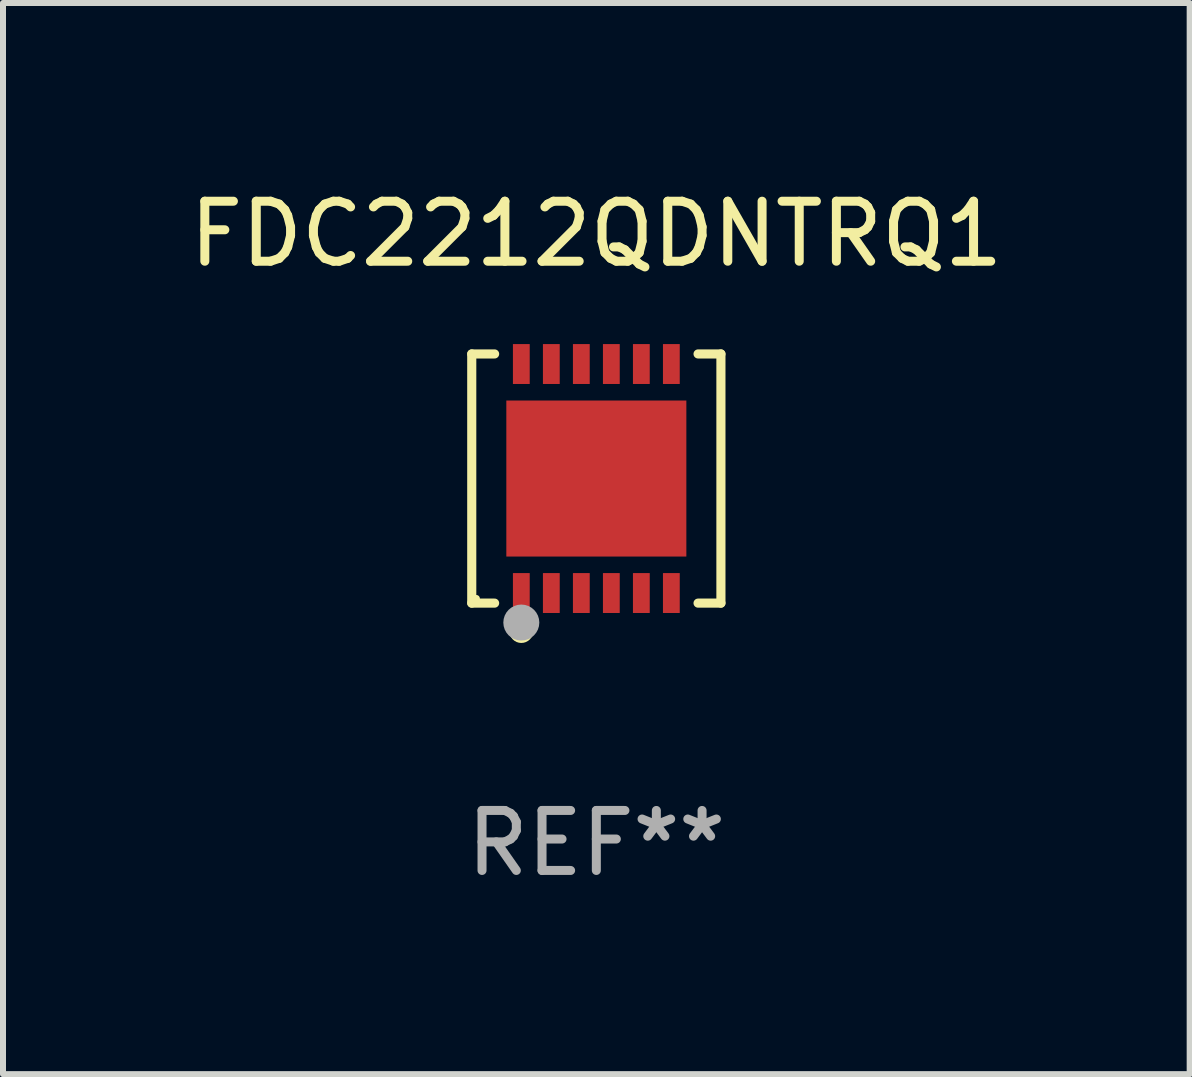
<source format=kicad_pcb>
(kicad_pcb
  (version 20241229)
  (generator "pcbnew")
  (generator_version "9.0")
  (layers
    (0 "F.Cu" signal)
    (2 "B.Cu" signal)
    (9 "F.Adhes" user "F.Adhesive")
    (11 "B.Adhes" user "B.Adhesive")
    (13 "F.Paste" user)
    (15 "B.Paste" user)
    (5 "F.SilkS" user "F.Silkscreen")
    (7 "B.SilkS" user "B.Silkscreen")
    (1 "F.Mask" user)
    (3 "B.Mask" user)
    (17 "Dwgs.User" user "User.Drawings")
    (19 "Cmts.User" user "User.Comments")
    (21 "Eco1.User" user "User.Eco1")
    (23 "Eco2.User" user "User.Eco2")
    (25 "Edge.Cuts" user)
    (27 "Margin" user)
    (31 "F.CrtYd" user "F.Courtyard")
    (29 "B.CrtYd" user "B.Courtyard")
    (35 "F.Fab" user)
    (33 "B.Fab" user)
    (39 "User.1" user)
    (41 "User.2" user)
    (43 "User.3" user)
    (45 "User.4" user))
  (footprint "FDC2212QDNTRQ1"
    (layer "F.Cu")
    (at 6.887 4.924)
    (property "Reference" "FDC2212QDNTRQ1" (at 0 -4.076 0) (layer "F.SilkS") (effects (font (size 1 1) (thickness 0.15))))
    (attr through_hole)
    (fp_line (start -2.076 -2.076) (end -1.695 -2.076) (stroke (width 0.152) (type solid)) (layer "F.SilkS"))
    (fp_line (start -2.076 2.076) (end -2.076 -2.076) (stroke (width 0.152) (type solid)) (layer "F.SilkS"))
    (fp_line (start -2.076 2.076) (end -1.695 2.076) (stroke (width 0.152) (type solid)) (layer "F.SilkS"))
    (fp_line (start 2.076 -2.076) (end 1.695 -2.076) (stroke (width 0.152) (type solid)) (layer "F.SilkS"))
    (fp_line (start 2.076 -2.076) (end 2.076 2.076) (stroke (width 0.152) (type solid)) (layer "F.SilkS"))
    (fp_line (start 2.076 2.076) (end 1.695 2.076) (stroke (width 0.152) (type solid)) (layer "F.SilkS"))
    (fp_circle (center -2 2) (end -1.97 2) (stroke (width 0.06) (type solid)) (fill no) (layer "F.SilkS"))
    (fp_circle (center -1.25 2.54) (end -1.15 2.54) (stroke (width 0.2) (type solid)) (fill no) (layer "F.SilkS"))
    (fp_circle (center -1.25 2.4) (end -1.1 2.4) (stroke (width 0.3) (type solid)) (fill no) (layer "F.Fab"))
    (fp_text user "REF**" (at 0 6.076 0) (layer "F.Fab") (effects (font (size 1 1) (thickness 0.15))))
    (pad "1" smd rect (at -1.25 1.908) (size 0.28 0.665) (layers "F.Cu" "F.Mask" "F.Paste"))
    (pad "2" smd rect (at -0.75 1.908) (size 0.28 0.665) (layers "F.Cu" "F.Mask" "F.Paste"))
    (pad "3" smd rect (at -0.25 1.908) (size 0.28 0.665) (layers "F.Cu" "F.Mask" "F.Paste"))
    (pad "4" smd rect (at 0.25 1.908) (size 0.28 0.665) (layers "F.Cu" "F.Mask" "F.Paste"))
    (pad "5" smd rect (at 0.75 1.908) (size 0.28 0.665) (layers "F.Cu" "F.Mask" "F.Paste"))
    (pad "6" smd rect (at 1.25 1.908) (size 0.28 0.665) (layers "F.Cu" "F.Mask" "F.Paste"))
    (pad "7" smd rect (at 1.25 -1.908) (size 0.28 0.665) (layers "F.Cu" "F.Mask" "F.Paste"))
    (pad "8" smd rect (at 0.75 -1.908) (size 0.28 0.665) (layers "F.Cu" "F.Mask" "F.Paste"))
    (pad "9" smd rect (at 0.25 -1.908) (size 0.28 0.665) (layers "F.Cu" "F.Mask" "F.Paste"))
    (pad "10" smd rect (at -0.25 -1.908) (size 0.28 0.665) (layers "F.Cu" "F.Mask" "F.Paste"))
    (pad "11" smd rect (at -0.75 -1.908) (size 0.28 0.665) (layers "F.Cu" "F.Mask" "F.Paste"))
    (pad "12" smd rect (at -1.25 -1.908) (size 0.28 0.665) (layers "F.Cu" "F.Mask" "F.Paste"))
    (pad "13" smd rect (at 0 0) (size 3 2.6) (layers "F.Cu" "F.Mask" "F.Paste")))
  (gr_rect
    (start -3 -3)
    (end 16.774 14.849)
    (stroke (width 0.1) (type default))
    (fill no)
    (layer "Edge.Cuts")))
</source>
